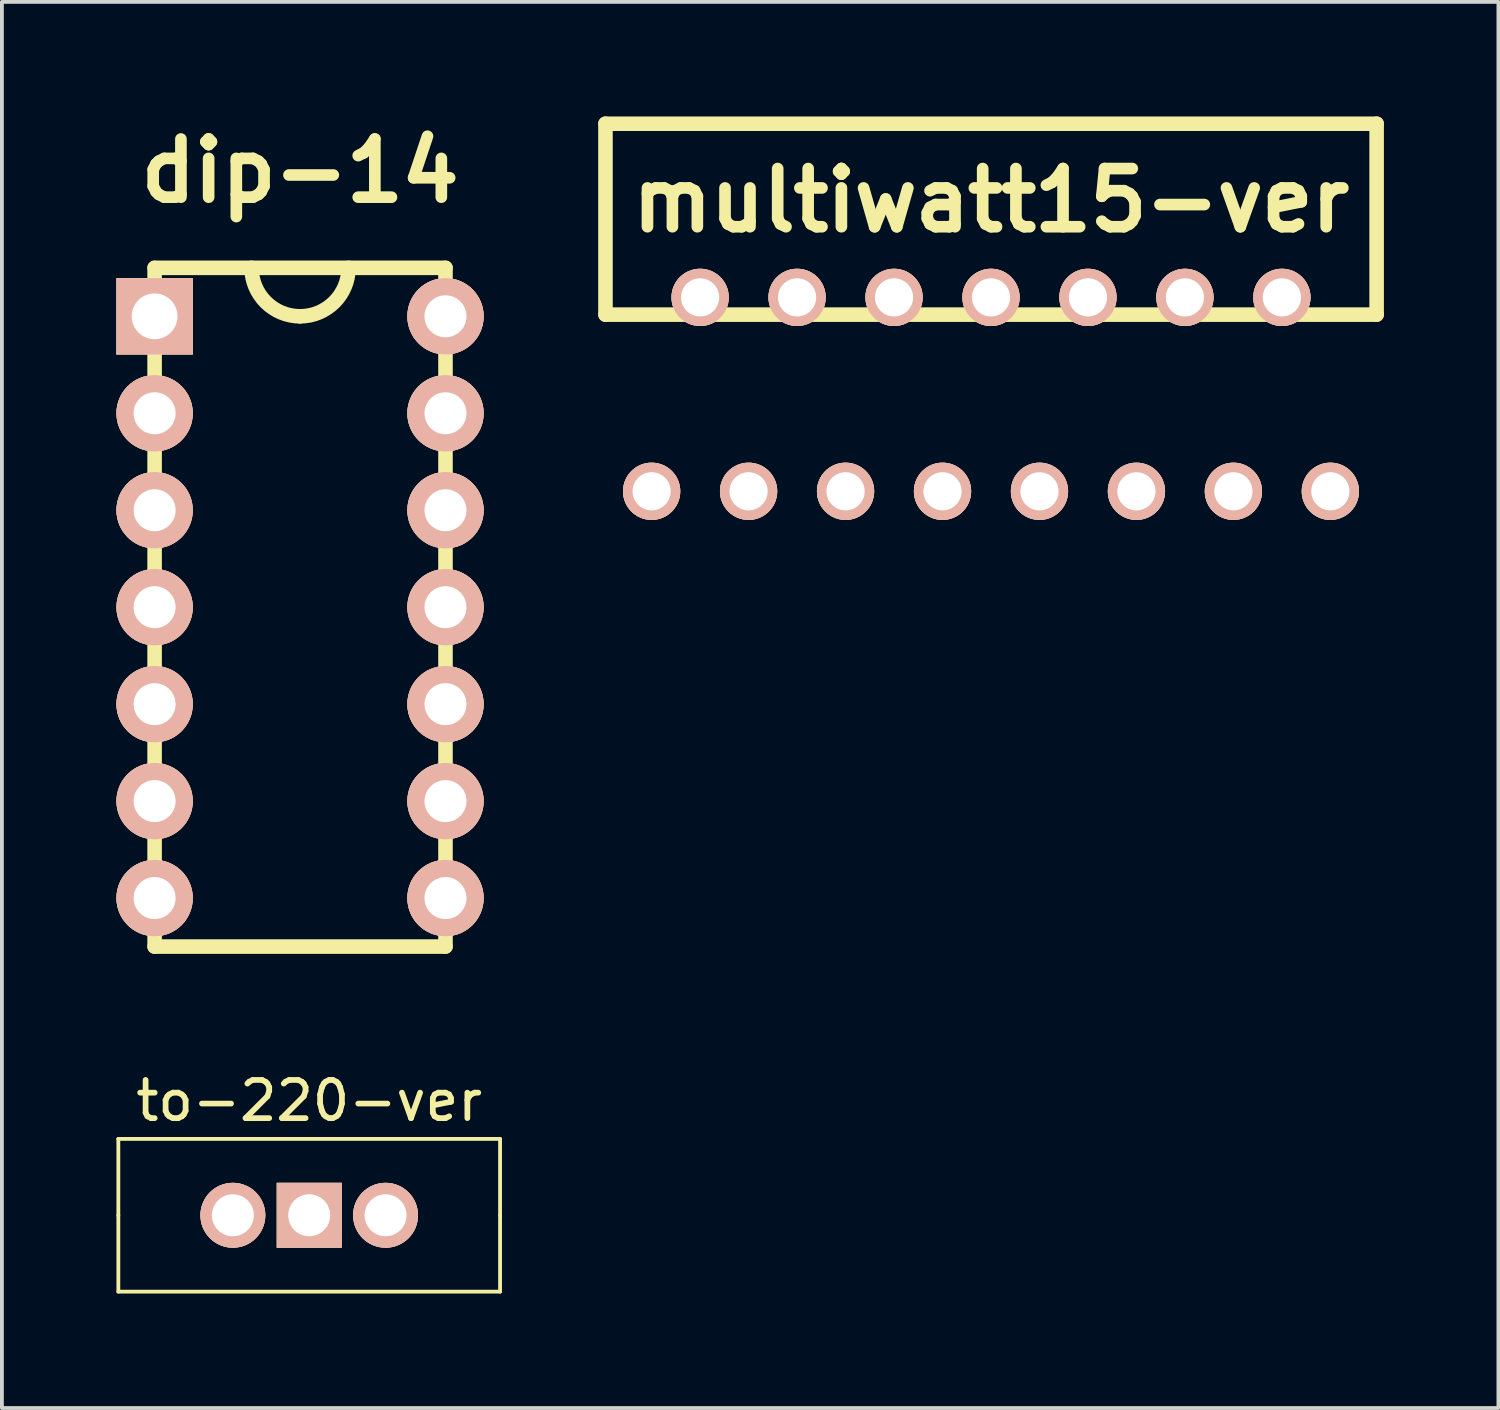
<source format=kicad_pcb>
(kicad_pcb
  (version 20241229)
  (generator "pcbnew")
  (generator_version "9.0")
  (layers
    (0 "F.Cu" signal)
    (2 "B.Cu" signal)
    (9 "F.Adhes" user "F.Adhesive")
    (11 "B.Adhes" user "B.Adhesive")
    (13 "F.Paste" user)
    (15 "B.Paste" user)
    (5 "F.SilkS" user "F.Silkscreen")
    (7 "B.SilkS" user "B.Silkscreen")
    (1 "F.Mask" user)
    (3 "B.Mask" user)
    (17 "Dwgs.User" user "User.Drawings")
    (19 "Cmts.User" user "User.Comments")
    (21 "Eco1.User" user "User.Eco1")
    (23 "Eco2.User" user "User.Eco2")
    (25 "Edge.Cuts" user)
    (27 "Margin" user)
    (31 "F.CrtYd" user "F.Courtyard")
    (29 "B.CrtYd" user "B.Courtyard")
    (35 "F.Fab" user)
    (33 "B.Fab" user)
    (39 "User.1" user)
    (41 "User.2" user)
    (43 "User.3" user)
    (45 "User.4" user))
  (footprint "multiwatt15-ver"
    (layer "F.Cu")
    (at 14.02 9.82)
    (property "Reference" "multiwatt15-ver" (at 8.89 -7.62 0) (layer "F.SilkS") (effects (font (size 1.524 1.524) (thickness 0.305))))
    (attr through_hole)
    (fp_line (start -1.209 -9.629) (end 18.992 -9.629) (stroke (width 0.381) (type solid)) (layer "F.SilkS"))
    (fp_line (start -1.209 -4.628) (end -1.209 -9.629) (stroke (width 0.381) (type solid)) (layer "F.SilkS"))
    (fp_line (start 18.992 -9.629) (end 18.992 -4.628) (stroke (width 0.381) (type solid)) (layer "F.SilkS"))
    (fp_line (start 18.992 -4.628) (end -1.209 -4.628) (stroke (width 0.381) (type solid)) (layer "F.SilkS"))
    (pad "1" thru_hole circle (at 0 0) (size 1.5 1.5) (drill 1) (layers "*.Cu" "*.SilkS" "*.Mask"))
    (pad "2" thru_hole circle (at 1.27 -5.08) (size 1.5 1.5) (drill 1) (layers "*.Cu" "*.SilkS" "*.Mask"))
    (pad "3" thru_hole circle (at 2.54 0) (size 1.5 1.5) (drill 1) (layers "*.Cu" "*.SilkS" "*.Mask"))
    (pad "4" thru_hole circle (at 3.81 -5.08) (size 1.5 1.5) (drill 1) (layers "*.Cu" "*.SilkS" "*.Mask"))
    (pad "5" thru_hole circle (at 5.08 0) (size 1.5 1.5) (drill 1) (layers "*.Cu" "*.SilkS" "*.Mask"))
    (pad "6" thru_hole circle (at 6.35 -5.08) (size 1.5 1.5) (drill 1) (layers "*.Cu" "*.SilkS" "*.Mask"))
    (pad "7" thru_hole circle (at 7.62 0) (size 1.5 1.5) (drill 1) (layers "*.Cu" "*.SilkS" "*.Mask"))
    (pad "8" thru_hole circle (at 8.89 -5.08) (size 1.5 1.5) (drill 1) (layers "*.Cu" "*.SilkS" "*.Mask"))
    (pad "9" thru_hole circle (at 10.16 0) (size 1.5 1.5) (drill 1) (layers "*.Cu" "*.SilkS" "*.Mask"))
    (pad "10" thru_hole circle (at 11.43 -5.08) (size 1.5 1.5) (drill 1) (layers "*.Cu" "*.SilkS" "*.Mask"))
    (pad "11" thru_hole circle (at 12.7 0) (size 1.5 1.5) (drill 1) (layers "*.Cu" "*.SilkS" "*.Mask"))
    (pad "12" thru_hole circle (at 13.97 -5.08) (size 1.5 1.5) (drill 1) (layers "*.Cu" "*.SilkS" "*.Mask"))
    (pad "13" thru_hole circle (at 15.24 0) (size 1.5 1.5) (drill 1) (layers "*.Cu" "*.SilkS" "*.Mask"))
    (pad "14" thru_hole circle (at 16.51 -5.08) (size 1.5 1.5) (drill 1) (layers "*.Cu" "*.SilkS" "*.Mask"))
    (pad "15" thru_hole circle (at 17.78 0) (size 1.5 1.5) (drill 1) (layers "*.Cu" "*.SilkS" "*.Mask")))
  (footprint "to-220-ver"
    (layer "F.Cu")
    (at 5.05 28.785)
    (property "Reference" "to-220-ver" (at 0 -3 0) (layer "F.SilkS") (effects (font (size 1 1) (thickness 0.15))))
    (attr through_hole)
    (fp_line (start -5 -2) (end 5 -2) (stroke (width 0.1) (type solid)) (layer "F.SilkS"))
    (fp_line (start -5 0) (end -5 -2) (stroke (width 0.1) (type solid)) (layer "F.SilkS"))
    (fp_line (start -5 0) (end -5 2) (stroke (width 0.1) (type solid)) (layer "F.SilkS"))
    (fp_line (start -5 2) (end 5 2) (stroke (width 0.1) (type solid)) (layer "F.SilkS"))
    (fp_line (start 5 -2) (end 5 0) (stroke (width 0.1) (type solid)) (layer "F.SilkS"))
    (fp_line (start 5 2) (end 5 0) (stroke (width 0.1) (type solid)) (layer "F.SilkS"))
    (pad "1" thru_hole circle (at -2 0) (size 1.7 1.7) (drill 1.1) (layers "*.Cu" "*.SilkS" "*.Mask"))
    (pad "2" thru_hole rect (at 0 0) (size 1.7 1.7) (drill 1.1) (layers "*.Cu" "*.SilkS" "*.Mask"))
    (pad "3" thru_hole circle (at 2 0) (size 1.7 1.7) (drill 1.1) (layers "*.Cu" "*.SilkS" "*.Mask")))
  (footprint "dip-14"
    (layer "F.Cu")
    (at 1 5.236)
    (property "Reference" "dip-14" (at 3.81 -3.81 0) (layer "F.SilkS") (effects (font (size 1.524 1.524) (thickness 0.305))))
    (attr through_hole)
    (fp_line (start 0 -1.27) (end 0 16.51) (stroke (width 0.381) (type solid)) (layer "F.SilkS"))
    (fp_line (start 0 -1.27) (end 7.62 -1.27) (stroke (width 0.381) (type solid)) (layer "F.SilkS"))
    (fp_line (start 0 16.51) (end 7.62 16.51) (stroke (width 0.381) (type solid)) (layer "F.SilkS"))
    (fp_line (start 7.62 -1.27) (end 7.62 16.51) (stroke (width 0.381) (type solid)) (layer "F.SilkS"))
    (fp_arc (start 3.81 0) (mid 2.911974 -0.371974) (end 2.54 -1.27) (stroke (width 0.381) (type solid)) (layer "F.SilkS"))
    (fp_arc (start 5.08 -1.27) (mid 4.708026 -0.371974) (end 3.81 0) (stroke (width 0.381) (type solid)) (layer "F.SilkS"))
    (pad "1" thru_hole rect (at 0 0) (size 2 2) (drill 1.2) (layers "*.Cu" "*.SilkS" "*.Mask"))
    (pad "2" thru_hole circle (at 0 2.54) (size 2 2) (drill 1.1) (layers "*.Cu" "*.SilkS" "*.Mask"))
    (pad "3" thru_hole circle (at 0 5.08) (size 2 2) (drill 1.1) (layers "*.Cu" "*.SilkS" "*.Mask"))
    (pad "4" thru_hole circle (at 0 7.62) (size 2 2) (drill 1.1) (layers "*.Cu" "*.SilkS" "*.Mask"))
    (pad "5" thru_hole circle (at 0 10.16) (size 2 2) (drill 1.1) (layers "*.Cu" "*.SilkS" "*.Mask"))
    (pad "6" thru_hole circle (at 0 12.7) (size 2 2) (drill 1.1) (layers "*.Cu" "*.SilkS" "*.Mask"))
    (pad "7" thru_hole circle (at 0 15.24) (size 2 2) (drill 1.1) (layers "*.Cu" "*.SilkS" "*.Mask"))
    (pad "8" thru_hole circle (at 7.62 15.24) (size 2 2) (drill 1.1) (layers "*.Cu" "*.SilkS" "*.Mask"))
    (pad "9" thru_hole circle (at 7.62 12.7) (size 2 2) (drill 1.1) (layers "*.Cu" "*.SilkS" "*.Mask"))
    (pad "10" thru_hole circle (at 7.62 10.16) (size 2 2) (drill 1.1) (layers "*.Cu" "*.SilkS" "*.Mask"))
    (pad "11" thru_hole circle (at 7.62 7.62) (size 2 2) (drill 1.1) (layers "*.Cu" "*.SilkS" "*.Mask"))
    (pad "12" thru_hole circle (at 7.62 5.08) (size 2 2) (drill 1.1) (layers "*.Cu" "*.SilkS" "*.Mask"))
    (pad "13" thru_hole circle (at 7.62 2.54) (size 2 2) (drill 1.1) (layers "*.Cu" "*.SilkS" "*.Mask"))
    (pad "14" thru_hole circle (at 7.62 0) (size 2 2) (drill 1.1) (layers "*.Cu" "*.SilkS" "*.Mask")))
  (gr_rect
    (start -3 -3)
    (end 36.202 33.835)
    (stroke (width 0.1) (type default))
    (fill no)
    (layer "Edge.Cuts")))
</source>
